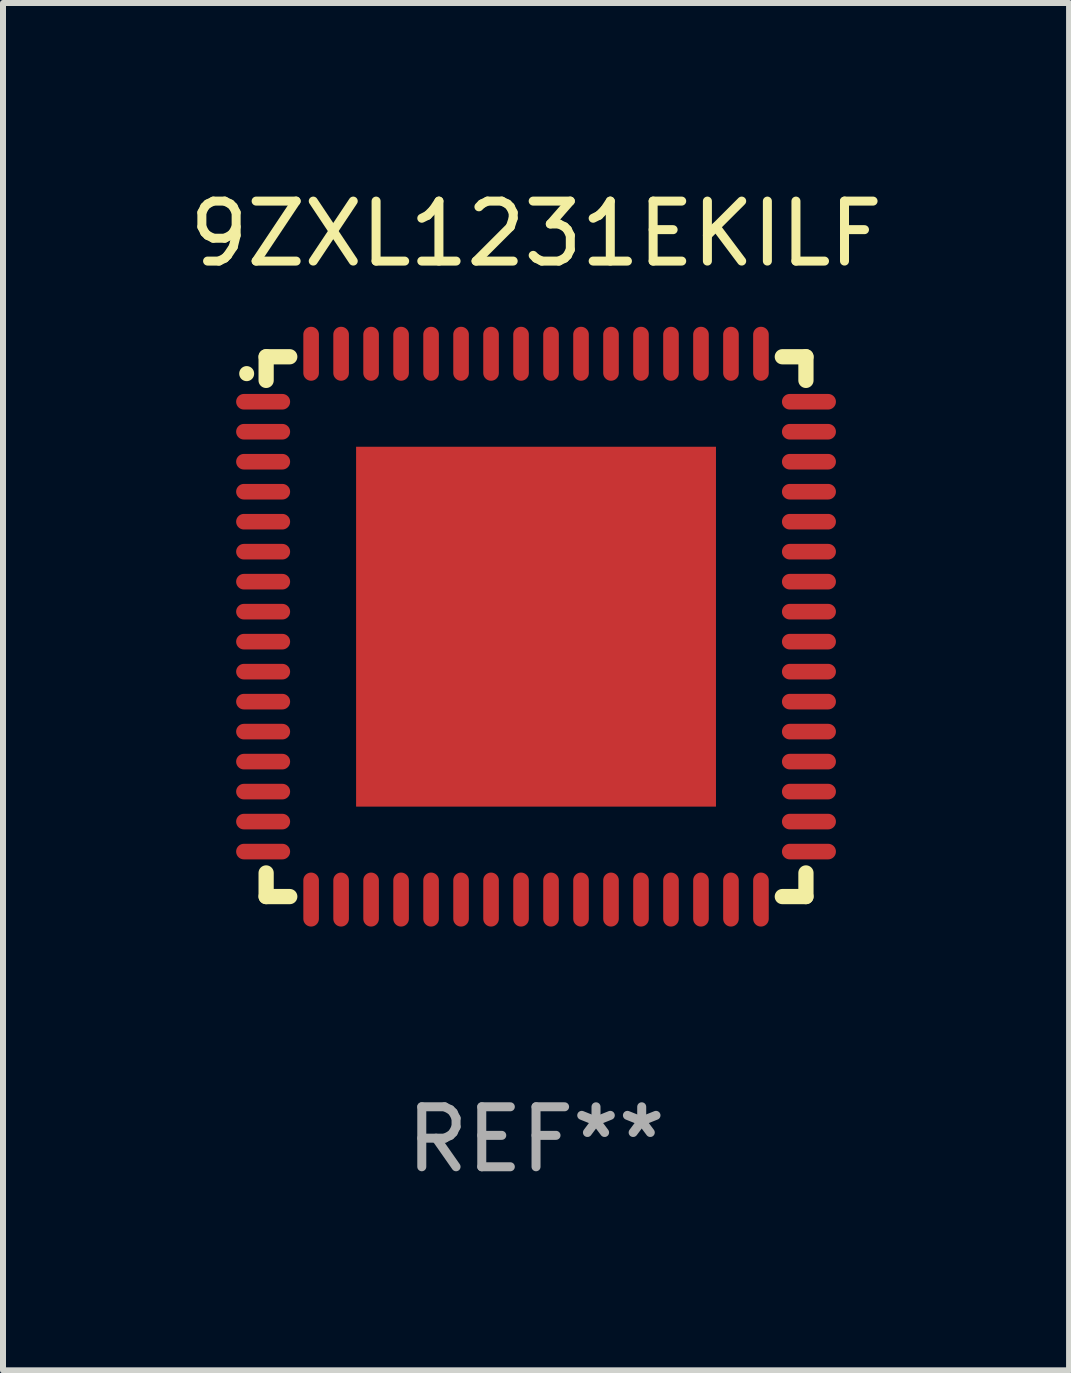
<source format=kicad_pcb>
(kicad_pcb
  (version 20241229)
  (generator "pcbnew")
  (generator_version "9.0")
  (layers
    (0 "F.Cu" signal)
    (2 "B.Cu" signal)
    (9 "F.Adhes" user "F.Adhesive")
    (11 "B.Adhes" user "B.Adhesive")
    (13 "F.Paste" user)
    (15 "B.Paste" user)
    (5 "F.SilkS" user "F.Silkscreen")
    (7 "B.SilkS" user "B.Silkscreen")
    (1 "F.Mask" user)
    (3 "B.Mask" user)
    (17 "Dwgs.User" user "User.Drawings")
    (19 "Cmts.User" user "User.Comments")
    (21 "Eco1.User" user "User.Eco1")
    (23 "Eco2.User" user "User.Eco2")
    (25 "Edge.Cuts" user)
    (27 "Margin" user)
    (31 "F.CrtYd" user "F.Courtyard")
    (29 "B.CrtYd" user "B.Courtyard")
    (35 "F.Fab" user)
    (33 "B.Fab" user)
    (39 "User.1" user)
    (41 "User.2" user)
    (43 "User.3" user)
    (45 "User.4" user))
  (footprint "9ZXL1231EKILF"
    (layer "F.Cu")
    (at 5.887 7.398)
    (property "Reference" "9ZXL1231EKILF" (at 0 -6.55 0) (layer "F.SilkS") (effects (font (size 1 1) (thickness 0.15))))
    (attr through_hole)
    (fp_line (start -4.5 -4.5) (end -4.106 -4.5) (stroke (width 0.254) (type solid)) (layer "F.SilkS"))
    (fp_line (start -4.5 -4.106) (end -4.5 -4.5) (stroke (width 0.254) (type solid)) (layer "F.SilkS"))
    (fp_line (start -4.5 4.5) (end -4.5 4.106) (stroke (width 0.254) (type solid)) (layer "F.SilkS"))
    (fp_line (start -4.106 4.5) (end -4.5 4.5) (stroke (width 0.254) (type solid)) (layer "F.SilkS"))
    (fp_line (start 4.106 -4.5) (end 4.5 -4.5) (stroke (width 0.254) (type solid)) (layer "F.SilkS"))
    (fp_line (start 4.5 -4.5) (end 4.5 -4.106) (stroke (width 0.254) (type solid)) (layer "F.SilkS"))
    (fp_line (start 4.5 4.106) (end 4.5 4.5) (stroke (width 0.254) (type solid)) (layer "F.SilkS"))
    (fp_line (start 4.5 4.5) (end 4.106 4.5) (stroke (width 0.254) (type solid)) (layer "F.SilkS"))
    (fp_arc (start -4.824308 -4.217501) (mid -4.824314 -4.218771) (end -4.824308 -4.220041) (stroke (width 0.24892) (type solid)) (layer "F.SilkS"))
    (fp_text user "REF**" (at 0 8.55 0) (layer "F.Fab") (effects (font (size 1 1) (thickness 0.15))))
    (pad "1" smd oval (at -4.55 -3.75) (size 0.9 0.26) (layers "F.Cu" "F.Mask" "F.Paste"))
    (pad "2" smd oval (at -4.55 -3.25) (size 0.9 0.26) (layers "F.Cu" "F.Mask" "F.Paste"))
    (pad "3" smd oval (at -4.55 -2.75) (size 0.9 0.26) (layers "F.Cu" "F.Mask" "F.Paste"))
    (pad "4" smd oval (at -4.55 -2.25) (size 0.9 0.26) (layers "F.Cu" "F.Mask" "F.Paste"))
    (pad "5" smd oval (at -4.55 -1.75) (size 0.9 0.26) (layers "F.Cu" "F.Mask" "F.Paste"))
    (pad "6" smd oval (at -4.55 -1.25) (size 0.9 0.26) (layers "F.Cu" "F.Mask" "F.Paste"))
    (pad "7" smd oval (at -4.55 -0.75) (size 0.9 0.26) (layers "F.Cu" "F.Mask" "F.Paste"))
    (pad "8" smd oval (at -4.55 -0.25) (size 0.9 0.26) (layers "F.Cu" "F.Mask" "F.Paste"))
    (pad "9" smd oval (at -4.55 0.25) (size 0.9 0.26) (layers "F.Cu" "F.Mask" "F.Paste"))
    (pad "10" smd oval (at -4.55 0.75) (size 0.9 0.26) (layers "F.Cu" "F.Mask" "F.Paste"))
    (pad "11" smd oval (at -4.55 1.25) (size 0.9 0.26) (layers "F.Cu" "F.Mask" "F.Paste"))
    (pad "12" smd oval (at -4.55 1.75) (size 0.9 0.26) (layers "F.Cu" "F.Mask" "F.Paste"))
    (pad "13" smd oval (at -4.55 2.25) (size 0.9 0.26) (layers "F.Cu" "F.Mask" "F.Paste"))
    (pad "14" smd oval (at -4.55 2.75) (size 0.9 0.26) (layers "F.Cu" "F.Mask" "F.Paste"))
    (pad "15" smd oval (at -4.55 3.25) (size 0.9 0.26) (layers "F.Cu" "F.Mask" "F.Paste"))
    (pad "16" smd oval (at -4.55 3.75) (size 0.9 0.26) (layers "F.Cu" "F.Mask" "F.Paste"))
    (pad "17" smd oval (at -3.75 4.55) (size 0.26 0.9) (layers "F.Cu" "F.Mask" "F.Paste"))
    (pad "18" smd oval (at -3.25 4.55) (size 0.26 0.9) (layers "F.Cu" "F.Mask" "F.Paste"))
    (pad "19" smd oval (at -2.75 4.55) (size 0.26 0.9) (layers "F.Cu" "F.Mask" "F.Paste"))
    (pad "20" smd oval (at -2.25 4.55) (size 0.26 0.9) (layers "F.Cu" "F.Mask" "F.Paste"))
    (pad "21" smd oval (at -1.75 4.55) (size 0.26 0.9) (layers "F.Cu" "F.Mask" "F.Paste"))
    (pad "22" smd oval (at -1.25 4.55) (size 0.26 0.9) (layers "F.Cu" "F.Mask" "F.Paste"))
    (pad "23" smd oval (at -0.75 4.55) (size 0.26 0.9) (layers "F.Cu" "F.Mask" "F.Paste"))
    (pad "24" smd oval (at -0.25 4.55) (size 0.26 0.9) (layers "F.Cu" "F.Mask" "F.Paste"))
    (pad "25" smd oval (at 0.25 4.55) (size 0.26 0.9) (layers "F.Cu" "F.Mask" "F.Paste"))
    (pad "26" smd oval (at 0.75 4.55) (size 0.26 0.9) (layers "F.Cu" "F.Mask" "F.Paste"))
    (pad "27" smd oval (at 1.25 4.55) (size 0.26 0.9) (layers "F.Cu" "F.Mask" "F.Paste"))
    (pad "28" smd oval (at 1.75 4.55) (size 0.26 0.9) (layers "F.Cu" "F.Mask" "F.Paste"))
    (pad "29" smd oval (at 2.25 4.55) (size 0.26 0.9) (layers "F.Cu" "F.Mask" "F.Paste"))
    (pad "30" smd oval (at 2.75 4.55) (size 0.26 0.9) (layers "F.Cu" "F.Mask" "F.Paste"))
    (pad "31" smd oval (at 3.25 4.55) (size 0.26 0.9) (layers "F.Cu" "F.Mask" "F.Paste"))
    (pad "32" smd oval (at 3.75 4.55) (size 0.26 0.9) (layers "F.Cu" "F.Mask" "F.Paste"))
    (pad "33" smd oval (at 4.55 3.75) (size 0.9 0.26) (layers "F.Cu" "F.Mask" "F.Paste"))
    (pad "34" smd oval (at 4.55 3.25) (size 0.9 0.26) (layers "F.Cu" "F.Mask" "F.Paste"))
    (pad "35" smd oval (at 4.55 2.75) (size 0.9 0.26) (layers "F.Cu" "F.Mask" "F.Paste"))
    (pad "36" smd oval (at 4.55 2.25) (size 0.9 0.26) (layers "F.Cu" "F.Mask" "F.Paste"))
    (pad "37" smd oval (at 4.55 1.75) (size 0.9 0.26) (layers "F.Cu" "F.Mask" "F.Paste"))
    (pad "38" smd oval (at 4.55 1.25) (size 0.9 0.26) (layers "F.Cu" "F.Mask" "F.Paste"))
    (pad "39" smd oval (at 4.55 0.75) (size 0.9 0.26) (layers "F.Cu" "F.Mask" "F.Paste"))
    (pad "40" smd oval (at 4.55 0.25) (size 0.9 0.26) (layers "F.Cu" "F.Mask" "F.Paste"))
    (pad "41" smd oval (at 4.55 -0.25) (size 0.9 0.26) (layers "F.Cu" "F.Mask" "F.Paste"))
    (pad "42" smd oval (at 4.55 -0.75) (size 0.9 0.26) (layers "F.Cu" "F.Mask" "F.Paste"))
    (pad "43" smd oval (at 4.55 -1.25) (size 0.9 0.26) (layers "F.Cu" "F.Mask" "F.Paste"))
    (pad "44" smd oval (at 4.55 -1.75) (size 0.9 0.26) (layers "F.Cu" "F.Mask" "F.Paste"))
    (pad "45" smd oval (at 4.55 -2.25) (size 0.9 0.26) (layers "F.Cu" "F.Mask" "F.Paste"))
    (pad "46" smd oval (at 4.55 -2.75) (size 0.9 0.26) (layers "F.Cu" "F.Mask" "F.Paste"))
    (pad "47" smd oval (at 4.55 -3.25) (size 0.9 0.26) (layers "F.Cu" "F.Mask" "F.Paste"))
    (pad "48" smd oval (at 4.55 -3.75) (size 0.9 0.26) (layers "F.Cu" "F.Mask" "F.Paste"))
    (pad "49" smd oval (at 3.75 -4.55) (size 0.26 0.9) (layers "F.Cu" "F.Mask" "F.Paste"))
    (pad "50" smd oval (at 3.25 -4.55) (size 0.26 0.9) (layers "F.Cu" "F.Mask" "F.Paste"))
    (pad "51" smd oval (at 2.75 -4.55) (size 0.26 0.9) (layers "F.Cu" "F.Mask" "F.Paste"))
    (pad "52" smd oval (at 2.25 -4.55) (size 0.26 0.9) (layers "F.Cu" "F.Mask" "F.Paste"))
    (pad "53" smd oval (at 1.75 -4.55) (size 0.26 0.9) (layers "F.Cu" "F.Mask" "F.Paste"))
    (pad "54" smd oval (at 1.25 -4.55) (size 0.26 0.9) (layers "F.Cu" "F.Mask" "F.Paste"))
    (pad "55" smd oval (at 0.75 -4.55) (size 0.26 0.9) (layers "F.Cu" "F.Mask" "F.Paste"))
    (pad "56" smd oval (at 0.25 -4.55) (size 0.26 0.9) (layers "F.Cu" "F.Mask" "F.Paste"))
    (pad "57" smd oval (at -0.25 -4.55) (size 0.26 0.9) (layers "F.Cu" "F.Mask" "F.Paste"))
    (pad "58" smd oval (at -0.75 -4.55) (size 0.26 0.9) (layers "F.Cu" "F.Mask" "F.Paste"))
    (pad "59" smd oval (at -1.25 -4.55) (size 0.26 0.9) (layers "F.Cu" "F.Mask" "F.Paste"))
    (pad "60" smd oval (at -1.75 -4.55) (size 0.26 0.9) (layers "F.Cu" "F.Mask" "F.Paste"))
    (pad "61" smd oval (at -2.25 -4.55) (size 0.26 0.9) (layers "F.Cu" "F.Mask" "F.Paste"))
    (pad "62" smd oval (at -2.75 -4.55) (size 0.26 0.9) (layers "F.Cu" "F.Mask" "F.Paste"))
    (pad "63" smd oval (at -3.25 -4.55) (size 0.26 0.9) (layers "F.Cu" "F.Mask" "F.Paste"))
    (pad "64" smd oval (at -3.75 -4.55) (size 0.26 0.9) (layers "F.Cu" "F.Mask" "F.Paste"))
    (pad "65" smd rect (at 0 0.000381) (size 6 6) (layers "F.Cu" "F.Mask" "F.Paste")))
  (gr_rect
    (start -3 -3)
    (end 14.774 19.797)
    (stroke (width 0.1) (type default))
    (fill no)
    (layer "Edge.Cuts")))
</source>
